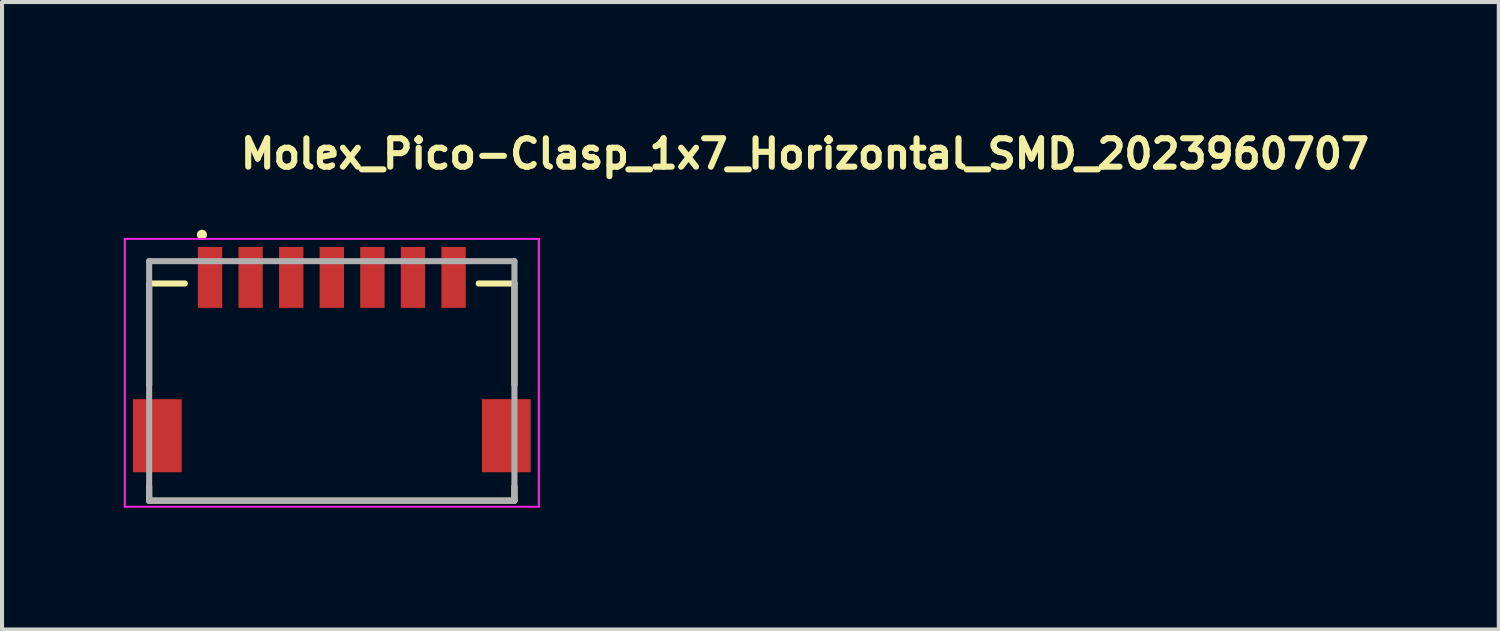
<source format=kicad_pcb>
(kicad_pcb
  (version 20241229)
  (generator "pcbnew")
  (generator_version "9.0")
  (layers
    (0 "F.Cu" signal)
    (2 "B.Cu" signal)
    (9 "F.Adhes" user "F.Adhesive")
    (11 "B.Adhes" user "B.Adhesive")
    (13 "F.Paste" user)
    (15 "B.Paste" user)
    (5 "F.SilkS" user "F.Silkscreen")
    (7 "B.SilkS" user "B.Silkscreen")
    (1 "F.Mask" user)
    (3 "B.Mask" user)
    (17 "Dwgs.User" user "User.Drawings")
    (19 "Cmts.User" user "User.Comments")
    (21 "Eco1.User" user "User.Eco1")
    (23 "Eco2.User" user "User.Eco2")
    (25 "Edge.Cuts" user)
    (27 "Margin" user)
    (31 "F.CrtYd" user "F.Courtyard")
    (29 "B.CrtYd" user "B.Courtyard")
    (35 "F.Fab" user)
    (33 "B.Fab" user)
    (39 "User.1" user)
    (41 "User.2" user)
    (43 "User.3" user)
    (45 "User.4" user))
  (footprint "Molex_Pico-Clasp_1x7_Horizontal_SMD_2023960707"
    (layer "F.Cu")
    (at 5.125 6.335)
    (property "Reference" "Molex_Pico-Clasp_1x7_Horizontal_SMD_2023960707" (at -2.325 -5.185 0) (layer "F.SilkS") (effects (font (size 0.7 0.7) (thickness 0.15)) (justify left bottom)))
    (attr smd)
    (fp_poly (pts (xy -4.976 0.374) (xy -3.624 0.374) (xy -3.624 2.326) (xy -4.976 2.326)) (stroke (width 0.01) (type solid)) (fill yes) (layer "F.Mask"))
    (fp_poly (pts (xy -3.376 -3.376) (xy -2.624 -3.376) (xy -2.624 -1.724) (xy -3.376 -1.724)) (stroke (width 0.01) (type solid)) (fill yes) (layer "F.Mask"))
    (fp_poly (pts (xy -2.376 -3.376) (xy -1.624 -3.376) (xy -1.624 -1.724) (xy -2.376 -1.724)) (stroke (width 0.01) (type solid)) (fill yes) (layer "F.Mask"))
    (fp_poly (pts (xy -1.376 -3.376) (xy -0.624 -3.376) (xy -0.624 -1.724) (xy -1.376 -1.724)) (stroke (width 0.01) (type solid)) (fill yes) (layer "F.Mask"))
    (fp_poly (pts (xy -0.376 -3.376) (xy 0.376 -3.376) (xy 0.376 -1.724) (xy -0.376 -1.724)) (stroke (width 0.01) (type solid)) (fill yes) (layer "F.Mask"))
    (fp_poly (pts (xy 0.624 -3.376) (xy 1.376 -3.376) (xy 1.376 -1.724) (xy 0.624 -1.724)) (stroke (width 0.01) (type solid)) (fill yes) (layer "F.Mask"))
    (fp_poly (pts (xy 1.624 -3.376) (xy 2.376 -3.376) (xy 2.376 -1.724) (xy 1.624 -1.724)) (stroke (width 0.01) (type solid)) (fill yes) (layer "F.Mask"))
    (fp_poly (pts (xy 2.624 -3.376) (xy 3.376 -3.376) (xy 3.376 -1.724) (xy 2.624 -1.724)) (stroke (width 0.01) (type solid)) (fill yes) (layer "F.Mask"))
    (fp_poly (pts (xy 3.624 0.374) (xy 4.976 0.374) (xy 4.976 2.326) (xy 3.624 2.326)) (stroke (width 0.01) (type solid)) (fill yes) (layer "F.Mask"))
    (fp_line (start -4.5 -2.4) (end -3.62 -2.4) (stroke (width 0.15) (type solid)) (layer "F.SilkS"))
    (fp_line (start -4.5 0.1) (end -4.5 -2.4) (stroke (width 0.15) (type solid)) (layer "F.SilkS"))
    (fp_line (start -4.5 2.6) (end -4.5 2.95) (stroke (width 0.15) (type solid)) (layer "F.SilkS"))
    (fp_line (start -4.5 2.95) (end 4.5 2.95) (stroke (width 0.15) (type solid)) (layer "F.SilkS"))
    (fp_line (start 3.62 -2.4) (end 4.5 -2.4) (stroke (width 0.15) (type solid)) (layer "F.SilkS"))
    (fp_line (start 4.5 -2.4) (end 4.5 0.1) (stroke (width 0.15) (type solid)) (layer "F.SilkS"))
    (fp_line (start 4.5 2.95) (end 4.5 2.6) (stroke (width 0.15) (type solid)) (layer "F.SilkS"))
    (fp_circle (center -3.2 -3.6) (end -3.15 -3.6) (stroke (width 0.15) (type solid)) (fill yes) (layer "F.SilkS"))
    (fp_line (start -5.1 -3.5) (end 5.1 -3.5) (stroke (width 0.05) (type solid)) (layer "F.CrtYd"))
    (fp_line (start -5.1 3.1) (end -5.1 -3.5) (stroke (width 0.05) (type solid)) (layer "F.CrtYd"))
    (fp_line (start -5.1 3.1) (end 5.1 3.1) (stroke (width 0.05) (type solid)) (layer "F.CrtYd"))
    (fp_line (start 5.1 -3.5) (end 5.1 3.1) (stroke (width 0.05) (type solid)) (layer "F.CrtYd"))
    (fp_line (start -4.5 -2.95) (end 4.5 -2.95) (stroke (width 0.15) (type solid)) (layer "F.Fab"))
    (fp_line (start -4.5 2.95) (end -4.5 -2.95) (stroke (width 0.15) (type solid)) (layer "F.Fab"))
    (fp_line (start 4.5 -2.95) (end 4.5 2.95) (stroke (width 0.15) (type solid)) (layer "F.Fab"))
    (fp_line (start 4.5 2.95) (end -4.5 2.95) (stroke (width 0.15) (type solid)) (layer "F.Fab"))
    (fp_line (start -4.5 -2.44) (end -4.5 -1.69) (stroke (width 0.1) (type solid)) (layer "User.9"))
    (fp_line (start -4.5 -1.69) (end -4.499 -1.69) (stroke (width 0.1) (type solid)) (layer "User.9"))
    (fp_line (start -4.5 2.91) (end -4.5 -1.69) (stroke (width 0.1) (type solid)) (layer "User.9"))
    (fp_line (start -4.499 -1.69) (end -4.495 -1.69) (stroke (width 0.1) (type solid)) (layer "User.9"))
    (fp_line (start -4.499 2.91) (end -4.5 2.91) (stroke (width 0.1) (type solid)) (layer "User.9"))
    (fp_line (start -4.495 -1.69) (end -4.489 -1.69) (stroke (width 0.1) (type solid)) (layer "User.9"))
    (fp_line (start -4.495 2.91) (end -4.499 2.91) (stroke (width 0.1) (type solid)) (layer "User.9"))
    (fp_line (start -4.489 -1.69) (end -4.48 -1.69) (stroke (width 0.1) (type solid)) (layer "User.9"))
    (fp_line (start -4.489 2.91) (end -4.495 2.91) (stroke (width 0.1) (type solid)) (layer "User.9"))
    (fp_line (start -4.48 -1.69) (end -4.469 -1.69) (stroke (width 0.1) (type solid)) (layer "User.9"))
    (fp_line (start -4.48 2.91) (end -4.489 2.91) (stroke (width 0.1) (type solid)) (layer "User.9"))
    (fp_line (start -4.469 -1.69) (end -4.456 -1.69) (stroke (width 0.1) (type solid)) (layer "User.9"))
    (fp_line (start -4.469 2.91) (end -4.48 2.91) (stroke (width 0.1) (type solid)) (layer "User.9"))
    (fp_line (start -4.456 -1.69) (end -4.441 -1.69) (stroke (width 0.1) (type solid)) (layer "User.9"))
    (fp_line (start -4.456 2.91) (end -4.469 2.91) (stroke (width 0.1) (type solid)) (layer "User.9"))
    (fp_line (start -4.441 -1.69) (end -4.425 -1.69) (stroke (width 0.1) (type solid)) (layer "User.9"))
    (fp_line (start -4.441 2.91) (end -4.456 2.91) (stroke (width 0.1) (type solid)) (layer "User.9"))
    (fp_line (start -4.425 -1.69) (end -4.406 -1.69) (stroke (width 0.1) (type solid)) (layer "User.9"))
    (fp_line (start -4.425 2.91) (end -4.441 2.91) (stroke (width 0.1) (type solid)) (layer "User.9"))
    (fp_line (start -4.406 -1.69) (end -4.387 -1.69) (stroke (width 0.1) (type solid)) (layer "User.9"))
    (fp_line (start -4.406 2.91) (end -4.425 2.91) (stroke (width 0.1) (type solid)) (layer "User.9"))
    (fp_line (start -4.387 -1.69) (end -4.366 -1.69) (stroke (width 0.1) (type solid)) (layer "User.9"))
    (fp_line (start -4.387 2.91) (end -4.406 2.91) (stroke (width 0.1) (type solid)) (layer "User.9"))
    (fp_line (start -4.366 -1.69) (end -4.345 -1.69) (stroke (width 0.1) (type solid)) (layer "User.9"))
    (fp_line (start -4.366 2.91) (end -4.387 2.91) (stroke (width 0.1) (type solid)) (layer "User.9"))
    (fp_line (start -4.345 -1.69) (end -4.322 -1.69) (stroke (width 0.1) (type solid)) (layer "User.9"))
    (fp_line (start -4.345 2.91) (end -4.366 2.91) (stroke (width 0.1) (type solid)) (layer "User.9"))
    (fp_line (start -4.322 -1.69) (end -4.3 -1.69) (stroke (width 0.1) (type solid)) (layer "User.9"))
    (fp_line (start -4.322 2.91) (end -4.345 2.91) (stroke (width 0.1) (type solid)) (layer "User.9"))
    (fp_line (start -4.3 -1.69) (end -4.3 2.91) (stroke (width 0.1) (type solid)) (layer "User.9"))
    (fp_line (start -4.3 -1.69) (end -3.86 -1.69) (stroke (width 0.1) (type solid)) (layer "User.9"))
    (fp_line (start -4.3 2.91) (end -4.322 2.91) (stroke (width 0.1) (type solid)) (layer "User.9"))
    (fp_line (start -3.86 -1.69) (end -3.66 -2.44) (stroke (width 0.1) (type solid)) (layer "User.9"))
    (fp_line (start -3.66 -2.44) (end -4.5 -2.44) (stroke (width 0.1) (type solid)) (layer "User.9"))
    (fp_line (start -3.125 -2.99) (end -3.125 -2.89) (stroke (width 0.1) (type solid)) (layer "User.9"))
    (fp_line (start -3.125 -2.89) (end -3.125 -2.44) (stroke (width 0.1) (type solid)) (layer "User.9"))
    (fp_line (start -2.875 -2.99) (end -3.125 -2.99) (stroke (width 0.1) (type solid)) (layer "User.9"))
    (fp_line (start -2.875 -2.99) (end -2.875 -2.89) (stroke (width 0.1) (type solid)) (layer "User.9"))
    (fp_line (start -2.875 -2.89) (end -3.125 -2.89) (stroke (width 0.1) (type solid)) (layer "User.9"))
    (fp_line (start -2.875 -2.89) (end -2.875 -2.44) (stroke (width 0.1) (type solid)) (layer "User.9"))
    (fp_line (start -2.8 2.1) (end -2.8 2.91) (stroke (width 0.1) (type solid)) (layer "User.9"))
    (fp_line (start -2.8 2.1) (end -2.45 2.1) (stroke (width 0.1) (type solid)) (layer "User.9"))
    (fp_line (start -2.8 2.76) (end -2.25 2.76) (stroke (width 0.1) (type solid)) (layer "User.9"))
    (fp_line (start -2.8 2.91) (end -4.3 2.91) (stroke (width 0.1) (type solid)) (layer "User.9"))
    (fp_line (start -2.45 -2.44) (end -3.66 -2.44) (stroke (width 0.1) (type solid)) (layer "User.9"))
    (fp_line (start -2.45 -2.44) (end -2.428 -2.44) (stroke (width 0.1) (type solid)) (layer "User.9"))
    (fp_line (start -2.45 2.1) (end -2.45 -2.44) (stroke (width 0.1) (type solid)) (layer "User.9"))
    (fp_line (start -2.428 -2.44) (end -2.405 -2.44) (stroke (width 0.1) (type solid)) (layer "User.9"))
    (fp_line (start -2.428 2.1) (end -2.45 2.1) (stroke (width 0.1) (type solid)) (layer "User.9"))
    (fp_line (start -2.405 -2.44) (end -2.384 -2.44) (stroke (width 0.1) (type solid)) (layer "User.9"))
    (fp_line (start -2.405 2.1) (end -2.428 2.1) (stroke (width 0.1) (type solid)) (layer "User.9"))
    (fp_line (start -2.384 -2.44) (end -2.363 -2.44) (stroke (width 0.1) (type solid)) (layer "User.9"))
    (fp_line (start -2.384 2.1) (end -2.405 2.1) (stroke (width 0.1) (type solid)) (layer "User.9"))
    (fp_line (start -2.363 -2.44) (end -2.344 -2.44) (stroke (width 0.1) (type solid)) (layer "User.9"))
    (fp_line (start -2.363 2.1) (end -2.384 2.1) (stroke (width 0.1) (type solid)) (layer "User.9"))
    (fp_line (start -2.344 -2.44) (end -2.325 -2.44) (stroke (width 0.1) (type solid)) (layer "User.9"))
    (fp_line (start -2.344 2.1) (end -2.363 2.1) (stroke (width 0.1) (type solid)) (layer "User.9"))
    (fp_line (start -2.325 -2.44) (end -2.309 -2.44) (stroke (width 0.1) (type solid)) (layer "User.9"))
    (fp_line (start -2.325 2.1) (end -2.344 2.1) (stroke (width 0.1) (type solid)) (layer "User.9"))
    (fp_line (start -2.309 -2.44) (end -2.294 -2.44) (stroke (width 0.1) (type solid)) (layer "User.9"))
    (fp_line (start -2.309 2.1) (end -2.325 2.1) (stroke (width 0.1) (type solid)) (layer "User.9"))
    (fp_line (start -2.294 -2.44) (end -2.281 -2.44) (stroke (width 0.1) (type solid)) (layer "User.9"))
    (fp_line (start -2.294 2.1) (end -2.309 2.1) (stroke (width 0.1) (type solid)) (layer "User.9"))
    (fp_line (start -2.281 -2.44) (end -2.27 -2.44) (stroke (width 0.1) (type solid)) (layer "User.9"))
    (fp_line (start -2.281 2.1) (end -2.294 2.1) (stroke (width 0.1) (type solid)) (layer "User.9"))
    (fp_line (start -2.27 -2.44) (end -2.261 -2.44) (stroke (width 0.1) (type solid)) (layer "User.9"))
    (fp_line (start -2.27 2.1) (end -2.281 2.1) (stroke (width 0.1) (type solid)) (layer "User.9"))
    (fp_line (start -2.261 -2.44) (end -2.255 -2.44) (stroke (width 0.1) (type solid)) (layer "User.9"))
    (fp_line (start -2.261 2.1) (end -2.27 2.1) (stroke (width 0.1) (type solid)) (layer "User.9"))
    (fp_line (start -2.255 -2.44) (end -2.251 -2.44) (stroke (width 0.1) (type solid)) (layer "User.9"))
    (fp_line (start -2.255 2.1) (end -2.261 2.1) (stroke (width 0.1) (type solid)) (layer "User.9"))
    (fp_line (start -2.251 -2.44) (end -2.25 -2.44) (stroke (width 0.1) (type solid)) (layer "User.9"))
    (fp_line (start -2.251 2.1) (end -2.255 2.1) (stroke (width 0.1) (type solid)) (layer "User.9"))
    (fp_line (start -2.25 -2.44) (end 2.25 -2.44) (stroke (width 0.1) (type solid)) (layer "User.9"))
    (fp_line (start -2.25 2.1) (end -2.251 2.1) (stroke (width 0.1) (type solid)) (layer "User.9"))
    (fp_line (start -2.25 2.91) (end -2.8 2.91) (stroke (width 0.1) (type solid)) (layer "User.9"))
    (fp_line (start -2.25 2.91) (end -2.25 -2.44) (stroke (width 0.1) (type solid)) (layer "User.9"))
    (fp_line (start -2.249 -2.439) (end -2.25 -2.44) (stroke (width 0.1) (type solid)) (layer "User.9"))
    (fp_line (start -2.249 2.91) (end -2.25 2.91) (stroke (width 0.1) (type solid)) (layer "User.9"))
    (fp_line (start -2.245 -2.435) (end -2.249 -2.439) (stroke (width 0.1) (type solid)) (layer "User.9"))
    (fp_line (start -2.245 2.91) (end -2.249 2.91) (stroke (width 0.1) (type solid)) (layer "User.9"))
    (fp_line (start -2.239 -2.429) (end -2.245 -2.435) (stroke (width 0.1) (type solid)) (layer "User.9"))
    (fp_line (start -2.239 2.91) (end -2.245 2.91) (stroke (width 0.1) (type solid)) (layer "User.9"))
    (fp_line (start -2.23 -2.42) (end -2.239 -2.429) (stroke (width 0.1) (type solid)) (layer "User.9"))
    (fp_line (start -2.23 2.91) (end -2.239 2.91) (stroke (width 0.1) (type solid)) (layer "User.9"))
    (fp_line (start -2.219 -2.409) (end -2.23 -2.42) (stroke (width 0.1) (type solid)) (layer "User.9"))
    (fp_line (start -2.219 2.91) (end -2.23 2.91) (stroke (width 0.1) (type solid)) (layer "User.9"))
    (fp_line (start -2.206 -2.396) (end -2.219 -2.409) (stroke (width 0.1) (type solid)) (layer "User.9"))
    (fp_line (start -2.206 2.91) (end -2.219 2.91) (stroke (width 0.1) (type solid)) (layer "User.9"))
    (fp_line (start -2.191 -2.381) (end -2.206 -2.396) (stroke (width 0.1) (type solid)) (layer "User.9"))
    (fp_line (start -2.191 2.91) (end -2.206 2.91) (stroke (width 0.1) (type solid)) (layer "User.9"))
    (fp_line (start -2.175 -2.365) (end -2.191 -2.381) (stroke (width 0.1) (type solid)) (layer "User.9"))
    (fp_line (start -2.175 2.91) (end -2.191 2.91) (stroke (width 0.1) (type solid)) (layer "User.9"))
    (fp_line (start -2.156 -2.346) (end -2.175 -2.365) (stroke (width 0.1) (type solid)) (layer "User.9"))
    (fp_line (start -2.156 2.91) (end -2.175 2.91) (stroke (width 0.1) (type solid)) (layer "User.9"))
    (fp_line (start -2.137 -2.327) (end -2.156 -2.346) (stroke (width 0.1) (type solid)) (layer "User.9"))
    (fp_line (start -2.137 2.91) (end -2.156 2.91) (stroke (width 0.1) (type solid)) (layer "User.9"))
    (fp_line (start -2.125 -2.99) (end -2.125 -2.89) (stroke (width 0.1) (type solid)) (layer "User.9"))
    (fp_line (start -2.125 -2.89) (end -2.125 -2.44) (stroke (width 0.1) (type solid)) (layer "User.9"))
    (fp_line (start -2.116 -2.306) (end -2.137 -2.327) (stroke (width 0.1) (type solid)) (layer "User.9"))
    (fp_line (start -2.116 2.91) (end -2.137 2.91) (stroke (width 0.1) (type solid)) (layer "User.9"))
    (fp_line (start -2.095 -2.285) (end -2.116 -2.306) (stroke (width 0.1) (type solid)) (layer "User.9"))
    (fp_line (start -2.095 2.91) (end -2.116 2.91) (stroke (width 0.1) (type solid)) (layer "User.9"))
    (fp_line (start -2.072 -2.262) (end -2.095 -2.285) (stroke (width 0.1) (type solid)) (layer "User.9"))
    (fp_line (start -2.072 2.91) (end -2.095 2.91) (stroke (width 0.1) (type solid)) (layer "User.9"))
    (fp_line (start -2.05 -2.24) (end -2.072 -2.262) (stroke (width 0.1) (type solid)) (layer "User.9"))
    (fp_line (start -2.05 -2.24) (end -2.05 2.91) (stroke (width 0.1) (type solid)) (layer "User.9"))
    (fp_line (start -2.05 2.91) (end -2.072 2.91) (stroke (width 0.1) (type solid)) (layer "User.9"))
    (fp_line (start -1.875 -2.99) (end -2.125 -2.99) (stroke (width 0.1) (type solid)) (layer "User.9"))
    (fp_line (start -1.875 -2.99) (end -1.875 -2.89) (stroke (width 0.1) (type solid)) (layer "User.9"))
    (fp_line (start -1.875 -2.89) (end -2.125 -2.89) (stroke (width 0.1) (type solid)) (layer "User.9"))
    (fp_line (start -1.875 -2.89) (end -1.875 -2.44) (stroke (width 0.1) (type solid)) (layer "User.9"))
    (fp_line (start -1.125 -2.99) (end -1.125 -2.89) (stroke (width 0.1) (type solid)) (layer "User.9"))
    (fp_line (start -1.125 -2.89) (end -1.125 -2.44) (stroke (width 0.1) (type solid)) (layer "User.9"))
    (fp_line (start -0.95 0.35) (end -0.95 1.85) (stroke (width 0.1) (type solid)) (layer "User.9"))
    (fp_line (start -0.95 1.7) (end 0.95 1.7) (stroke (width 0.1) (type solid)) (layer "User.9"))
    (fp_line (start -0.875 -2.99) (end -1.125 -2.99) (stroke (width 0.1) (type solid)) (layer "User.9"))
    (fp_line (start -0.875 -2.99) (end -0.875 -2.89) (stroke (width 0.1) (type solid)) (layer "User.9"))
    (fp_line (start -0.875 -2.89) (end -1.125 -2.89) (stroke (width 0.1) (type solid)) (layer "User.9"))
    (fp_line (start -0.875 -2.89) (end -0.875 -2.44) (stroke (width 0.1) (type solid)) (layer "User.9"))
    (fp_line (start -0.875 0.35) (end -0.875 0.8) (stroke (width 0.1) (type solid)) (layer "User.9"))
    (fp_line (start -0.875 0.8) (end -0.95 0.8) (stroke (width 0.1) (type solid)) (layer "User.9"))
    (fp_line (start -0.125 -2.99) (end -0.125 -2.89) (stroke (width 0.1) (type solid)) (layer "User.9"))
    (fp_line (start -0.125 -2.89) (end -0.125 -2.44) (stroke (width 0.1) (type solid)) (layer "User.9"))
    (fp_line (start -0.125 0.35) (end -0.125 0.8) (stroke (width 0.1) (type solid)) (layer "User.9"))
    (fp_line (start 0.125 -2.99) (end -0.125 -2.99) (stroke (width 0.1) (type solid)) (layer "User.9"))
    (fp_line (start 0.125 -2.99) (end 0.125 -2.89) (stroke (width 0.1) (type solid)) (layer "User.9"))
    (fp_line (start 0.125 -2.89) (end -0.125 -2.89) (stroke (width 0.1) (type solid)) (layer "User.9"))
    (fp_line (start 0.125 -2.89) (end 0.125 -2.44) (stroke (width 0.1) (type solid)) (layer "User.9"))
    (fp_line (start 0.125 0.35) (end 0.125 0.8) (stroke (width 0.1) (type solid)) (layer "User.9"))
    (fp_line (start 0.125 0.8) (end -0.125 0.8) (stroke (width 0.1) (type solid)) (layer "User.9"))
    (fp_line (start 0.875 -2.99) (end 0.875 -2.89) (stroke (width 0.1) (type solid)) (layer "User.9"))
    (fp_line (start 0.875 -2.89) (end 0.875 -2.44) (stroke (width 0.1) (type solid)) (layer "User.9"))
    (fp_line (start 0.875 0.35) (end 0.875 0.8) (stroke (width 0.1) (type solid)) (layer "User.9"))
    (fp_line (start 0.95 0.35) (end -0.95 0.35) (stroke (width 0.1) (type solid)) (layer "User.9"))
    (fp_line (start 0.95 0.35) (end 0.95 1.85) (stroke (width 0.1) (type solid)) (layer "User.9"))
    (fp_line (start 0.95 0.8) (end 0.875 0.8) (stroke (width 0.1) (type solid)) (layer "User.9"))
    (fp_line (start 0.95 1.8) (end -0.95 1.8) (stroke (width 0.1) (type solid)) (layer "User.9"))
    (fp_line (start 0.95 1.85) (end -0.95 1.85) (stroke (width 0.1) (type solid)) (layer "User.9"))
    (fp_line (start 1.125 -2.99) (end 0.875 -2.99) (stroke (width 0.1) (type solid)) (layer "User.9"))
    (fp_line (start 1.125 -2.99) (end 1.125 -2.89) (stroke (width 0.1) (type solid)) (layer "User.9"))
    (fp_line (start 1.125 -2.89) (end 0.875 -2.89) (stroke (width 0.1) (type solid)) (layer "User.9"))
    (fp_line (start 1.125 -2.89) (end 1.125 -2.44) (stroke (width 0.1) (type solid)) (layer "User.9"))
    (fp_line (start 1.875 -2.99) (end 1.875 -2.89) (stroke (width 0.1) (type solid)) (layer "User.9"))
    (fp_line (start 1.875 -2.89) (end 1.875 -2.44) (stroke (width 0.1) (type solid)) (layer "User.9"))
    (fp_line (start 2.05 -2.24) (end -2.05 -2.24) (stroke (width 0.1) (type solid)) (layer "User.9"))
    (fp_line (start 2.05 -2.24) (end 2.072 -2.262) (stroke (width 0.1) (type solid)) (layer "User.9"))
    (fp_line (start 2.05 2.91) (end -2.05 2.91) (stroke (width 0.1) (type solid)) (layer "User.9"))
    (fp_line (start 2.05 2.91) (end 2.05 -2.24) (stroke (width 0.1) (type solid)) (layer "User.9"))
    (fp_line (start 2.072 -2.262) (end 2.095 -2.285) (stroke (width 0.1) (type solid)) (layer "User.9"))
    (fp_line (start 2.072 2.91) (end 2.05 2.91) (stroke (width 0.1) (type solid)) (layer "User.9"))
    (fp_line (start 2.095 -2.285) (end 2.116 -2.306) (stroke (width 0.1) (type solid)) (layer "User.9"))
    (fp_line (start 2.095 2.91) (end 2.072 2.91) (stroke (width 0.1) (type solid)) (layer "User.9"))
    (fp_line (start 2.116 -2.306) (end 2.137 -2.327) (stroke (width 0.1) (type solid)) (layer "User.9"))
    (fp_line (start 2.116 2.91) (end 2.095 2.91) (stroke (width 0.1) (type solid)) (layer "User.9"))
    (fp_line (start 2.125 -2.99) (end 1.875 -2.99) (stroke (width 0.1) (type solid)) (layer "User.9"))
    (fp_line (start 2.125 -2.99) (end 2.125 -2.89) (stroke (width 0.1) (type solid)) (layer "User.9"))
    (fp_line (start 2.125 -2.89) (end 1.875 -2.89) (stroke (width 0.1) (type solid)) (layer "User.9"))
    (fp_line (start 2.125 -2.89) (end 2.125 -2.44) (stroke (width 0.1) (type solid)) (layer "User.9"))
    (fp_line (start 2.137 -2.327) (end 2.156 -2.346) (stroke (width 0.1) (type solid)) (layer "User.9"))
    (fp_line (start 2.137 2.91) (end 2.116 2.91) (stroke (width 0.1) (type solid)) (layer "User.9"))
    (fp_line (start 2.156 -2.346) (end 2.175 -2.365) (stroke (width 0.1) (type solid)) (layer "User.9"))
    (fp_line (start 2.156 2.91) (end 2.137 2.91) (stroke (width 0.1) (type solid)) (layer "User.9"))
    (fp_line (start 2.175 -2.365) (end 2.191 -2.381) (stroke (width 0.1) (type solid)) (layer "User.9"))
    (fp_line (start 2.175 2.91) (end 2.156 2.91) (stroke (width 0.1) (type solid)) (layer "User.9"))
    (fp_line (start 2.191 -2.381) (end 2.206 -2.396) (stroke (width 0.1) (type solid)) (layer "User.9"))
    (fp_line (start 2.191 2.91) (end 2.175 2.91) (stroke (width 0.1) (type solid)) (layer "User.9"))
    (fp_line (start 2.206 -2.396) (end 2.219 -2.409) (stroke (width 0.1) (type solid)) (layer "User.9"))
    (fp_line (start 2.206 2.91) (end 2.191 2.91) (stroke (width 0.1) (type solid)) (layer "User.9"))
    (fp_line (start 2.219 -2.409) (end 2.23 -2.42) (stroke (width 0.1) (type solid)) (layer "User.9"))
    (fp_line (start 2.219 2.91) (end 2.206 2.91) (stroke (width 0.1) (type solid)) (layer "User.9"))
    (fp_line (start 2.23 -2.42) (end 2.239 -2.429) (stroke (width 0.1) (type solid)) (layer "User.9"))
    (fp_line (start 2.23 2.91) (end 2.219 2.91) (stroke (width 0.1) (type solid)) (layer "User.9"))
    (fp_line (start 2.239 -2.429) (end 2.245 -2.435) (stroke (width 0.1) (type solid)) (layer "User.9"))
    (fp_line (start 2.239 2.91) (end 2.23 2.91) (stroke (width 0.1) (type solid)) (layer "User.9"))
    (fp_line (start 2.245 -2.435) (end 2.249 -2.439) (stroke (width 0.1) (type solid)) (layer "User.9"))
    (fp_line (start 2.245 2.91) (end 2.239 2.91) (stroke (width 0.1) (type solid)) (layer "User.9"))
    (fp_line (start 2.249 -2.439) (end 2.25 -2.44) (stroke (width 0.1) (type solid)) (layer "User.9"))
    (fp_line (start 2.249 2.91) (end 2.245 2.91) (stroke (width 0.1) (type solid)) (layer "User.9"))
    (fp_line (start 2.25 -2.44) (end 2.25 2.91) (stroke (width 0.1) (type solid)) (layer "User.9"))
    (fp_line (start 2.25 -2.44) (end 2.251 -2.44) (stroke (width 0.1) (type solid)) (layer "User.9"))
    (fp_line (start 2.25 2.76) (end 2.8 2.76) (stroke (width 0.1) (type solid)) (layer "User.9"))
    (fp_line (start 2.25 2.91) (end 2.249 2.91) (stroke (width 0.1) (type solid)) (layer "User.9"))
    (fp_line (start 2.251 -2.44) (end 2.255 -2.44) (stroke (width 0.1) (type solid)) (layer "User.9"))
    (fp_line (start 2.251 2.1) (end 2.25 2.1) (stroke (width 0.1) (type solid)) (layer "User.9"))
    (fp_line (start 2.255 -2.44) (end 2.261 -2.44) (stroke (width 0.1) (type solid)) (layer "User.9"))
    (fp_line (start 2.255 2.1) (end 2.251 2.1) (stroke (width 0.1) (type solid)) (layer "User.9"))
    (fp_line (start 2.261 -2.44) (end 2.27 -2.44) (stroke (width 0.1) (type solid)) (layer "User.9"))
    (fp_line (start 2.261 2.1) (end 2.255 2.1) (stroke (width 0.1) (type solid)) (layer "User.9"))
    (fp_line (start 2.27 -2.44) (end 2.281 -2.44) (stroke (width 0.1) (type solid)) (layer "User.9"))
    (fp_line (start 2.27 2.1) (end 2.261 2.1) (stroke (width 0.1) (type solid)) (layer "User.9"))
    (fp_line (start 2.281 -2.44) (end 2.294 -2.44) (stroke (width 0.1) (type solid)) (layer "User.9"))
    (fp_line (start 2.281 2.1) (end 2.27 2.1) (stroke (width 0.1) (type solid)) (layer "User.9"))
    (fp_line (start 2.294 -2.44) (end 2.309 -2.44) (stroke (width 0.1) (type solid)) (layer "User.9"))
    (fp_line (start 2.294 2.1) (end 2.281 2.1) (stroke (width 0.1) (type solid)) (layer "User.9"))
    (fp_line (start 2.309 -2.44) (end 2.325 -2.44) (stroke (width 0.1) (type solid)) (layer "User.9"))
    (fp_line (start 2.309 2.1) (end 2.294 2.1) (stroke (width 0.1) (type solid)) (layer "User.9"))
    (fp_line (start 2.325 -2.44) (end 2.344 -2.44) (stroke (width 0.1) (type solid)) (layer "User.9"))
    (fp_line (start 2.325 2.1) (end 2.309 2.1) (stroke (width 0.1) (type solid)) (layer "User.9"))
    (fp_line (start 2.344 -2.44) (end 2.363 -2.44) (stroke (width 0.1) (type solid)) (layer "User.9"))
    (fp_line (start 2.344 2.1) (end 2.325 2.1) (stroke (width 0.1) (type solid)) (layer "User.9"))
    (fp_line (start 2.363 -2.44) (end 2.384 -2.44) (stroke (width 0.1) (type solid)) (layer "User.9"))
    (fp_line (start 2.363 2.1) (end 2.344 2.1) (stroke (width 0.1) (type solid)) (layer "User.9"))
    (fp_line (start 2.384 -2.44) (end 2.405 -2.44) (stroke (width 0.1) (type solid)) (layer "User.9"))
    (fp_line (start 2.384 2.1) (end 2.363 2.1) (stroke (width 0.1) (type solid)) (layer "User.9"))
    (fp_line (start 2.405 -2.44) (end 2.428 -2.44) (stroke (width 0.1) (type solid)) (layer "User.9"))
    (fp_line (start 2.405 2.1) (end 2.384 2.1) (stroke (width 0.1) (type solid)) (layer "User.9"))
    (fp_line (start 2.428 -2.44) (end 2.45 -2.44) (stroke (width 0.1) (type solid)) (layer "User.9"))
    (fp_line (start 2.428 2.1) (end 2.405 2.1) (stroke (width 0.1) (type solid)) (layer "User.9"))
    (fp_line (start 2.45 -2.44) (end 2.45 2.1) (stroke (width 0.1) (type solid)) (layer "User.9"))
    (fp_line (start 2.45 2.1) (end 2.428 2.1) (stroke (width 0.1) (type solid)) (layer "User.9"))
    (fp_line (start 2.45 2.1) (end 2.8 2.1) (stroke (width 0.1) (type solid)) (layer "User.9"))
    (fp_line (start 2.8 2.91) (end 2.25 2.91) (stroke (width 0.1) (type solid)) (layer "User.9"))
    (fp_line (start 2.8 2.91) (end 2.8 2.1) (stroke (width 0.1) (type solid)) (layer "User.9"))
    (fp_line (start 2.875 -2.99) (end 2.875 -2.89) (stroke (width 0.1) (type solid)) (layer "User.9"))
    (fp_line (start 2.875 -2.89) (end 2.875 -2.44) (stroke (width 0.1) (type solid)) (layer "User.9"))
    (fp_line (start 3.125 -2.99) (end 2.875 -2.99) (stroke (width 0.1) (type solid)) (layer "User.9"))
    (fp_line (start 3.125 -2.99) (end 3.125 -2.89) (stroke (width 0.1) (type solid)) (layer "User.9"))
    (fp_line (start 3.125 -2.89) (end 2.875 -2.89) (stroke (width 0.1) (type solid)) (layer "User.9"))
    (fp_line (start 3.125 -2.89) (end 3.125 -2.44) (stroke (width 0.1) (type solid)) (layer "User.9"))
    (fp_line (start 3.66 -2.44) (end 2.45 -2.44) (stroke (width 0.1) (type solid)) (layer "User.9"))
    (fp_line (start 3.66 -2.44) (end 3.86 -1.69) (stroke (width 0.1) (type solid)) (layer "User.9"))
    (fp_line (start 3.86 -1.69) (end 4.3 -1.69) (stroke (width 0.1) (type solid)) (layer "User.9"))
    (fp_line (start 4.3 -1.69) (end 4.322 -1.69) (stroke (width 0.1) (type solid)) (layer "User.9"))
    (fp_line (start 4.3 2.91) (end 2.8 2.91) (stroke (width 0.1) (type solid)) (layer "User.9"))
    (fp_line (start 4.3 2.91) (end 4.3 -1.69) (stroke (width 0.1) (type solid)) (layer "User.9"))
    (fp_line (start 4.322 -1.69) (end 4.345 -1.69) (stroke (width 0.1) (type solid)) (layer "User.9"))
    (fp_line (start 4.322 2.91) (end 4.3 2.91) (stroke (width 0.1) (type solid)) (layer "User.9"))
    (fp_line (start 4.345 -1.69) (end 4.366 -1.69) (stroke (width 0.1) (type solid)) (layer "User.9"))
    (fp_line (start 4.345 2.91) (end 4.322 2.91) (stroke (width 0.1) (type solid)) (layer "User.9"))
    (fp_line (start 4.366 -1.69) (end 4.387 -1.69) (stroke (width 0.1) (type solid)) (layer "User.9"))
    (fp_line (start 4.366 2.91) (end 4.345 2.91) (stroke (width 0.1) (type solid)) (layer "User.9"))
    (fp_line (start 4.387 -1.69) (end 4.406 -1.69) (stroke (width 0.1) (type solid)) (layer "User.9"))
    (fp_line (start 4.387 2.91) (end 4.366 2.91) (stroke (width 0.1) (type solid)) (layer "User.9"))
    (fp_line (start 4.406 -1.69) (end 4.425 -1.69) (stroke (width 0.1) (type solid)) (layer "User.9"))
    (fp_line (start 4.406 2.91) (end 4.387 2.91) (stroke (width 0.1) (type solid)) (layer "User.9"))
    (fp_line (start 4.425 -1.69) (end 4.441 -1.69) (stroke (width 0.1) (type solid)) (layer "User.9"))
    (fp_line (start 4.425 2.91) (end 4.406 2.91) (stroke (width 0.1) (type solid)) (layer "User.9"))
    (fp_line (start 4.441 -1.69) (end 4.456 -1.69) (stroke (width 0.1) (type solid)) (layer "User.9"))
    (fp_line (start 4.441 2.91) (end 4.425 2.91) (stroke (width 0.1) (type solid)) (layer "User.9"))
    (fp_line (start 4.456 -1.69) (end 4.469 -1.69) (stroke (width 0.1) (type solid)) (layer "User.9"))
    (fp_line (start 4.456 2.91) (end 4.441 2.91) (stroke (width 0.1) (type solid)) (layer "User.9"))
    (fp_line (start 4.469 -1.69) (end 4.48 -1.69) (stroke (width 0.1) (type solid)) (layer "User.9"))
    (fp_line (start 4.469 2.91) (end 4.456 2.91) (stroke (width 0.1) (type solid)) (layer "User.9"))
    (fp_line (start 4.48 -1.69) (end 4.489 -1.69) (stroke (width 0.1) (type solid)) (layer "User.9"))
    (fp_line (start 4.48 2.91) (end 4.469 2.91) (stroke (width 0.1) (type solid)) (layer "User.9"))
    (fp_line (start 4.489 -1.69) (end 4.495 -1.69) (stroke (width 0.1) (type solid)) (layer "User.9"))
    (fp_line (start 4.489 2.91) (end 4.48 2.91) (stroke (width 0.1) (type solid)) (layer "User.9"))
    (fp_line (start 4.495 -1.69) (end 4.499 -1.69) (stroke (width 0.1) (type solid)) (layer "User.9"))
    (fp_line (start 4.495 2.91) (end 4.489 2.91) (stroke (width 0.1) (type solid)) (layer "User.9"))
    (fp_line (start 4.499 -1.69) (end 4.5 -1.69) (stroke (width 0.1) (type solid)) (layer "User.9"))
    (fp_line (start 4.499 2.91) (end 4.495 2.91) (stroke (width 0.1) (type solid)) (layer "User.9"))
    (fp_line (start 4.5 -2.44) (end 3.66 -2.44) (stroke (width 0.1) (type solid)) (layer "User.9"))
    (fp_line (start 4.5 -1.69) (end 4.5 -2.44) (stroke (width 0.1) (type solid)) (layer "User.9"))
    (fp_line (start 4.5 -1.69) (end 4.5 2.91) (stroke (width 0.1) (type solid)) (layer "User.9"))
    (fp_line (start 4.5 2.91) (end 4.499 2.91) (stroke (width 0.1) (type solid)) (layer "User.9"))
    (pad "1" smd rect (at -3 -2.55) (size 0.6 1.5) (layers "F.Cu" "F.Paste"))
    (pad "2" smd rect (at -2 -2.55) (size 0.6 1.5) (layers "F.Cu" "F.Paste"))
    (pad "3" smd rect (at -1 -2.55) (size 0.6 1.5) (layers "F.Cu" "F.Paste"))
    (pad "4" smd rect (at 0 -2.55) (size 0.6 1.5) (layers "F.Cu" "F.Paste"))
    (pad "5" smd rect (at 1 -2.55) (size 0.6 1.5) (layers "F.Cu" "F.Paste"))
    (pad "6" smd rect (at 2 -2.55) (size 0.6 1.5) (layers "F.Cu" "F.Paste"))
    (pad "7" smd rect (at 3 -2.55) (size 0.6 1.5) (layers "F.Cu" "F.Paste"))
    (pad "MP" smd rect (at -4.3 1.35) (size 1.2 1.8) (layers "F.Cu" "F.Paste"))
    (pad "MP" smd rect (at 4.3 1.35) (size 1.2 1.8) (layers "F.Cu" "F.Paste")))
  (gr_rect
    (start -3 -3)
    (end 33.877 12.46)
    (stroke (width 0.1) (type default))
    (fill no)
    (layer "Edge.Cuts")))
</source>
